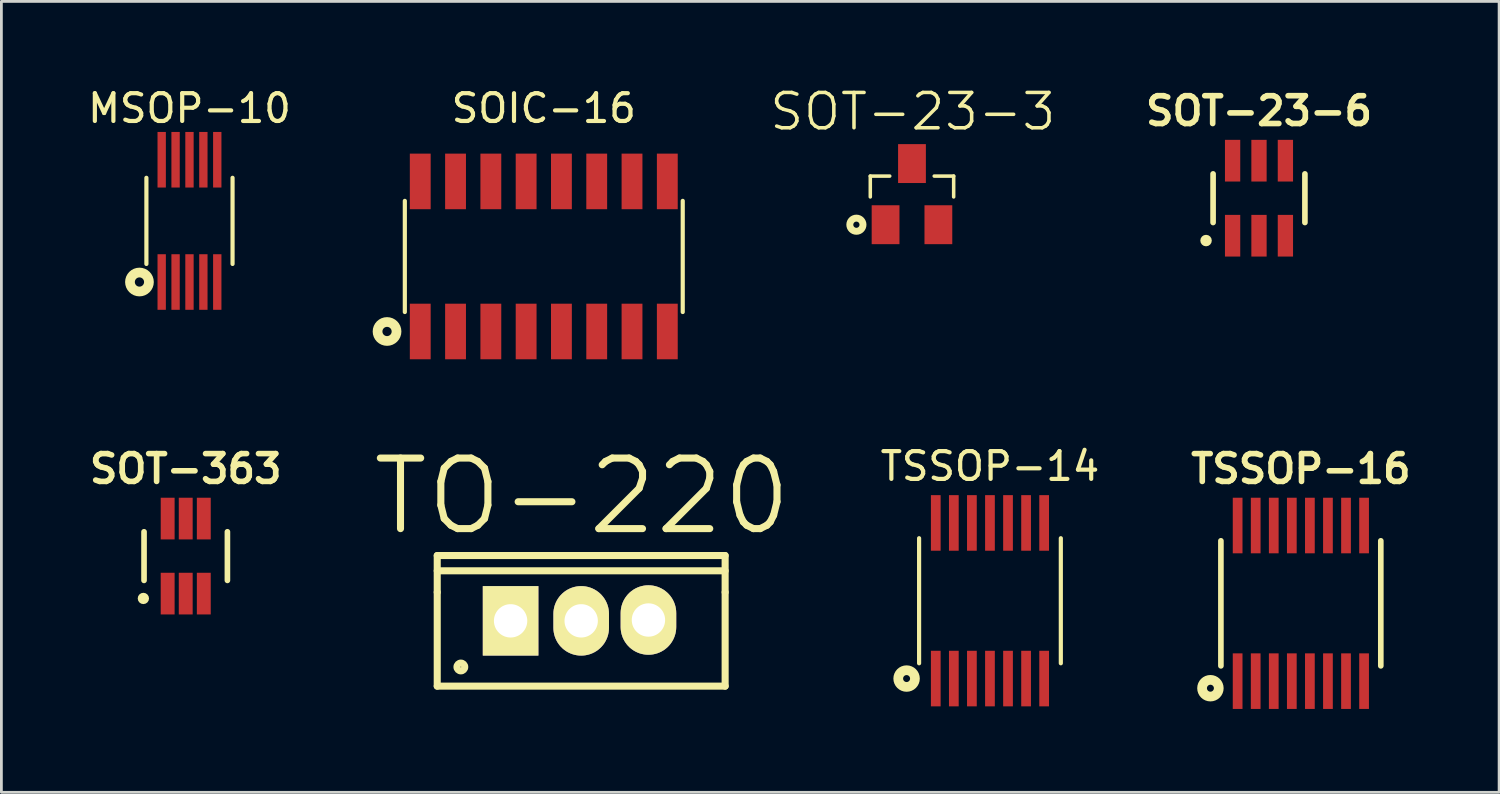
<source format=kicad_pcb>
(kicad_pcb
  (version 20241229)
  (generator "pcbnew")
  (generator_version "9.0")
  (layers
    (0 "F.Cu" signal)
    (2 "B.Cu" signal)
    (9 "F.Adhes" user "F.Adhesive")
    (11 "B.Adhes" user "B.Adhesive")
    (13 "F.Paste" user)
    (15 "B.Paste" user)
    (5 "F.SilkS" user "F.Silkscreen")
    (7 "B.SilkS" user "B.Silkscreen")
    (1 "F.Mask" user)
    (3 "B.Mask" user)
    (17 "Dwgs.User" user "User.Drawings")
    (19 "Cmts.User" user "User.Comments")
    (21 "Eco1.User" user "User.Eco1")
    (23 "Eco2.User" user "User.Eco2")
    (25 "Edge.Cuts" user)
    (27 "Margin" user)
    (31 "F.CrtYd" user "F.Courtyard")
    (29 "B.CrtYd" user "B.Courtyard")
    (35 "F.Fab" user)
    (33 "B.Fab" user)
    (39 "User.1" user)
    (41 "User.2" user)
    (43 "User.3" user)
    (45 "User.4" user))
  (footprint "SOT-363"
    (layer "F.Cu")
    (at 3.633 16.96)
    (property "Reference" "SOT-363" (at 0 -3.14 0) (layer "F.SilkS") (effects (font (size 1 1) (thickness 0.203))))
    (attr through_hole)
    (fp_line (start -1.5 -0.875) (end -1.5 0.875) (stroke (width 0.203) (type solid)) (layer "F.SilkS"))
    (fp_line (start 1.5 -0.875) (end 1.5 0.875) (stroke (width 0.203) (type solid)) (layer "F.SilkS"))
    (fp_circle (center -1.524 1.524) (end -1.422 1.524) (stroke (width 0.203) (type solid)) (fill no) (layer "F.SilkS"))
    (pad "1" smd rect (at -0.65 1.35) (size 0.5 1.5) (layers "F.Cu" "F.Mask" "F.Paste"))
    (pad "2" smd rect (at 0 1.35) (size 0.5 1.5) (layers "F.Cu" "F.Mask" "F.Paste"))
    (pad "3" smd rect (at 0.65 1.35) (size 0.5 1.5) (layers "F.Cu" "F.Mask" "F.Paste"))
    (pad "4" smd rect (at 0.65 -1.35) (size 0.5 1.5) (layers "F.Cu" "F.Mask" "F.Paste"))
    (pad "5" smd rect (at 0 -1.35) (size 0.5 1.5) (layers "F.Cu" "F.Mask" "F.Paste"))
    (pad "6" smd rect (at -0.65 -1.35) (size 0.5 1.5) (layers "F.Cu" "F.Mask" "F.Paste")))
  (footprint "SOT-23-3"
    (layer "F.Cu")
    (at 29.766 3.936)
    (property "Reference" "SOT-23-3" (at 0.03 -2.97 0) (layer "F.SilkS") (effects (font (size 1.27 1.27) (thickness 0.127))))
    (attr through_hole)
    (fp_line (start -1.5 -0.65) (end -1.5 0.1) (stroke (width 0.127) (type solid)) (layer "F.SilkS"))
    (fp_line (start -0.8 -0.65) (end -1.5 -0.65) (stroke (width 0.127) (type solid)) (layer "F.SilkS"))
    (fp_line (start 0.8 -0.65) (end 1.5 -0.65) (stroke (width 0.127) (type solid)) (layer "F.SilkS"))
    (fp_line (start 1.5 -0.65) (end 1.5 0.1) (stroke (width 0.127) (type solid)) (layer "F.SilkS"))
    (fp_circle (center -2 1.1) (end -1.9 1.15) (stroke (width 0.25) (type solid)) (fill no) (layer "F.SilkS"))
    (pad "1" smd rect (at -0.95 1.1) (size 1 1.4) (layers "F.Cu" "F.Mask" "F.Paste"))
    (pad "2" smd rect (at 0.95 1.1) (size 1 1.4) (layers "F.Cu" "F.Mask" "F.Paste"))
    (pad "3" smd rect (at 0 -1.1) (size 1 1.4) (layers "F.Cu" "F.Mask" "F.Paste")))
  (footprint "TSSOP-14"
    (layer "F.Cu")
    (at 32.572 18.567)
    (property "Reference" "TSSOP-14" (at 0 -4.84 0) (layer "F.SilkS") (effects (font (size 1 1) (thickness 0.15))))
    (attr through_hole)
    (fp_line (start -2.55 2.25) (end -2.55 -2.25) (stroke (width 0.15) (type solid)) (layer "F.SilkS"))
    (fp_line (start 2.55 2.25) (end 2.55 -2.25) (stroke (width 0.15) (type solid)) (layer "F.SilkS"))
    (fp_circle (center -3 2.8) (end -2.94 2.91) (stroke (width 0.35) (type solid)) (fill no) (layer "F.SilkS"))
    (pad "1" smd rect (at -1.95 2.8) (size 0.35 2) (layers "F.Cu" "F.Mask" "F.Paste"))
    (pad "2" smd rect (at -1.3 2.8) (size 0.35 2) (layers "F.Cu" "F.Mask" "F.Paste"))
    (pad "3" smd rect (at -0.65 2.8) (size 0.35 2) (layers "F.Cu" "F.Mask" "F.Paste"))
    (pad "4" smd rect (at 0 2.8) (size 0.35 2) (layers "F.Cu" "F.Mask" "F.Paste"))
    (pad "5" smd rect (at 0.65 2.8) (size 0.35 2) (layers "F.Cu" "F.Mask" "F.Paste"))
    (pad "6" smd rect (at 1.3 2.8) (size 0.35 2) (layers "F.Cu" "F.Mask" "F.Paste"))
    (pad "7" smd rect (at 1.95 2.8) (size 0.35 2) (layers "F.Cu" "F.Mask" "F.Paste"))
    (pad "8" smd rect (at 1.95 -2.8) (size 0.35 2) (layers "F.Cu" "F.Mask" "F.Paste"))
    (pad "9" smd rect (at 1.3 -2.8) (size 0.35 2) (layers "F.Cu" "F.Mask" "F.Paste"))
    (pad "10" smd rect (at 0.65 -2.8) (size 0.35 2) (layers "F.Cu" "F.Mask" "F.Paste"))
    (pad "11" smd rect (at 0 -2.8) (size 0.35 2) (layers "F.Cu" "F.Mask" "F.Paste"))
    (pad "12" smd rect (at -0.65 -2.8) (size 0.35 2) (layers "F.Cu" "F.Mask" "F.Paste"))
    (pad "13" smd rect (at -1.3 -2.8) (size 0.35 2) (layers "F.Cu" "F.Mask" "F.Paste"))
    (pad "14" smd rect (at -1.95 -2.8) (size 0.35 2) (layers "F.Cu" "F.Mask" "F.Paste")))
  (footprint "TO-220"
    (layer "F.Cu")
    (at 17.863 19.29)
    (property "Reference" "TO-220" (at 0.03 -4.48 0) (layer "F.SilkS") (effects (font (size 2.54 2.54) (thickness 0.254))))
    (attr through_hole)
    (fp_line (start -5.18 -2.35) (end 5.18 -2.35) (stroke (width 0.254) (type solid)) (layer "F.SilkS"))
    (fp_line (start -5.18 -1.03) (end -5.18 -2.35) (stroke (width 0.254) (type solid)) (layer "F.SilkS"))
    (fp_line (start -5.18 2.35) (end -5.18 -1.03) (stroke (width 0.254) (type solid)) (layer "F.SilkS"))
    (fp_line (start -5.18 2.35) (end 5.18 2.35) (stroke (width 0.254) (type solid)) (layer "F.SilkS"))
    (fp_line (start 5.18 -2.35) (end 5.18 -1.03) (stroke (width 0.254) (type solid)) (layer "F.SilkS"))
    (fp_line (start 5.18 -1.8) (end -5.18 -1.8) (stroke (width 0.254) (type solid)) (layer "F.SilkS"))
    (fp_line (start 5.18 2.35) (end 5.18 -1.03) (stroke (width 0.254) (type solid)) (layer "F.SilkS"))
    (fp_circle (center -4.33 1.66) (end -4.19 1.66) (stroke (width 0.254) (type solid)) (fill no) (layer "F.SilkS"))
    (pad "1" thru_hole rect (at -2.54 0) (size 2 2.5) (drill 1.2) (layers "*.Cu" "*.Mask" "F.SilkS"))
    (pad "2" thru_hole oval (at 0 0) (size 2 2.5) (drill 1.2) (layers "*.Cu" "*.Mask" "F.SilkS"))
    (pad "3" thru_hole oval (at 2.42 -0.03) (size 2 2.5) (drill 1.2) (layers "*.Cu" "*.Mask" "F.SilkS")))
  (footprint "TSSOP-16"
    (layer "F.Cu")
    (at 43.759 18.66)
    (property "Reference" "TSSOP-16" (at 0 -4.84 0) (layer "F.SilkS") (effects (font (size 1 1) (thickness 0.203))))
    (attr through_hole)
    (fp_line (start -2.877 2.25) (end -2.877 -2.25) (stroke (width 0.203) (type solid)) (layer "F.SilkS"))
    (fp_line (start 2.877 2.25) (end 2.877 -2.25) (stroke (width 0.203) (type solid)) (layer "F.SilkS"))
    (fp_circle (center -3.254 3.054) (end -3.194 3.164) (stroke (width 0.35) (type solid)) (fill no) (layer "F.SilkS"))
    (pad "1" smd rect (at -2.275 2.8) (size 0.35 2) (layers "F.Cu" "F.Mask" "F.Paste"))
    (pad "2" smd rect (at -1.625 2.8) (size 0.35 2) (layers "F.Cu" "F.Mask" "F.Paste"))
    (pad "3" smd rect (at -0.975 2.8) (size 0.35 2) (layers "F.Cu" "F.Mask" "F.Paste"))
    (pad "4" smd rect (at -0.325 2.8) (size 0.35 2) (layers "F.Cu" "F.Mask" "F.Paste"))
    (pad "5" smd rect (at 0.325 2.8) (size 0.35 2) (layers "F.Cu" "F.Mask" "F.Paste"))
    (pad "6" smd rect (at 0.975 2.8) (size 0.35 2) (layers "F.Cu" "F.Mask" "F.Paste"))
    (pad "7" smd rect (at 1.625 2.8) (size 0.35 2) (layers "F.Cu" "F.Mask" "F.Paste"))
    (pad "8" smd rect (at 2.275 2.8) (size 0.35 2) (layers "F.Cu" "F.Mask" "F.Paste"))
    (pad "9" smd rect (at 2.275 -2.8) (size 0.35 2) (layers "F.Cu" "F.Mask" "F.Paste"))
    (pad "10" smd rect (at 1.625 -2.8) (size 0.35 2) (layers "F.Cu" "F.Mask" "F.Paste"))
    (pad "11" smd rect (at 0.975 -2.8) (size 0.35 2) (layers "F.Cu" "F.Mask" "F.Paste"))
    (pad "12" smd rect (at 0.325 -2.8) (size 0.35 2) (layers "F.Cu" "F.Mask" "F.Paste"))
    (pad "13" smd rect (at -0.325 -2.8) (size 0.35 2) (layers "F.Cu" "F.Mask" "F.Paste"))
    (pad "14" smd rect (at -0.975 -2.8) (size 0.35 2) (layers "F.Cu" "F.Mask" "F.Paste"))
    (pad "15" smd rect (at -1.625 -2.8) (size 0.35 2) (layers "F.Cu" "F.Mask" "F.Paste"))
    (pad "16" smd rect (at -2.275 -2.8) (size 0.35 2) (layers "F.Cu" "F.Mask" "F.Paste")))
  (footprint "MSOP-10"
    (layer "F.Cu")
    (at 3.768 4.898)
    (property "Reference" "MSOP-10" (at 0 -4.05 0) (layer "F.SilkS") (effects (font (size 1 1) (thickness 0.15))))
    (attr through_hole)
    (fp_line (start -1.55 1.55) (end -1.55 -1.55) (stroke (width 0.15) (type solid)) (layer "F.SilkS"))
    (fp_line (start 1.55 1.55) (end 1.55 -1.55) (stroke (width 0.15) (type solid)) (layer "F.SilkS"))
    (fp_circle (center -1.8 2.2) (end -1.66 2.29) (stroke (width 0.35) (type solid)) (fill no) (layer "F.SilkS"))
    (pad "1" smd rect (at -1 2.2) (size 0.3 2) (layers "F.Cu" "F.Mask" "F.Paste"))
    (pad "2" smd rect (at -0.5 2.2) (size 0.3 2) (layers "F.Cu" "F.Mask" "F.Paste"))
    (pad "3" smd rect (at 0 2.2) (size 0.3 2) (layers "F.Cu" "F.Mask" "F.Paste"))
    (pad "4" smd rect (at 0.5 2.2) (size 0.3 2) (layers "F.Cu" "F.Mask" "F.Paste"))
    (pad "5" smd rect (at 1 2.2) (size 0.3 2) (layers "F.Cu" "F.Mask" "F.Paste"))
    (pad "6" smd rect (at 0 -2.2) (size 0.3 2) (layers "F.Cu" "F.Mask" "F.Paste"))
    (pad "7" smd rect (at 0.5 -2.2) (size 0.3 2) (layers "F.Cu" "F.Mask" "F.Paste"))
    (pad "8" smd rect (at 1 -2.2) (size 0.3 2) (layers "F.Cu" "F.Mask" "F.Paste"))
    (pad "9" smd rect (at -0.5 -2.2) (size 0.3 2) (layers "F.Cu" "F.Mask" "F.Paste"))
    (pad "10" smd rect (at -1 -2.2) (size 0.3 2) (layers "F.Cu" "F.Mask" "F.Paste")))
  (footprint "SOIC-16"
    (layer "F.Cu")
    (at 16.517 6.178)
    (property "Reference" "SOIC-16" (at 0 -5.33 0) (layer "F.SilkS") (effects (font (size 1 1) (thickness 0.15))))
    (attr through_hole)
    (fp_line (start -5 2) (end -5 -2) (stroke (width 0.15) (type solid)) (layer "F.SilkS"))
    (fp_line (start 5 2) (end 5 -2) (stroke (width 0.15) (type solid)) (layer "F.SilkS"))
    (fp_circle (center -5.64 2.7) (end -5.5 2.79) (stroke (width 0.35) (type solid)) (fill no) (layer "F.SilkS"))
    (pad "1" smd rect (at -4.445 2.7) (size 0.75 2) (layers "F.Cu" "F.Mask" "F.Paste"))
    (pad "2" smd rect (at -3.175 2.7) (size 0.75 2) (layers "F.Cu" "F.Mask" "F.Paste"))
    (pad "3" smd rect (at -1.905 2.7) (size 0.75 2) (layers "F.Cu" "F.Mask" "F.Paste"))
    (pad "4" smd rect (at -0.635 2.7) (size 0.75 2) (layers "F.Cu" "F.Mask" "F.Paste"))
    (pad "5" smd rect (at 0.635 2.7) (size 0.75 2) (layers "F.Cu" "F.Mask" "F.Paste"))
    (pad "6" smd rect (at 1.905 2.7) (size 0.75 2) (layers "F.Cu" "F.Mask" "F.Paste"))
    (pad "7" smd rect (at 3.175 2.7) (size 0.75 2) (layers "F.Cu" "F.Mask" "F.Paste"))
    (pad "8" smd rect (at 4.445 2.7) (size 0.75 2) (layers "F.Cu" "F.Mask" "F.Paste"))
    (pad "9" smd rect (at 4.445 -2.7) (size 0.75 2) (layers "F.Cu" "F.Mask" "F.Paste"))
    (pad "10" smd rect (at 3.175 -2.7) (size 0.75 2) (layers "F.Cu" "F.Mask" "F.Paste"))
    (pad "11" smd rect (at 1.905 -2.7) (size 0.75 2) (layers "F.Cu" "F.Mask" "F.Paste"))
    (pad "12" smd rect (at 0.635 -2.7) (size 0.75 2) (layers "F.Cu" "F.Mask" "F.Paste"))
    (pad "13" smd rect (at -0.635 -2.7) (size 0.75 2) (layers "F.Cu" "F.Mask" "F.Paste"))
    (pad "14" smd rect (at -1.905 -2.7) (size 0.75 2) (layers "F.Cu" "F.Mask" "F.Paste"))
    (pad "15" smd rect (at -3.175 -2.7) (size 0.75 2) (layers "F.Cu" "F.Mask" "F.Paste"))
    (pad "16" smd rect (at -4.445 -2.7) (size 0.75 2) (layers "F.Cu" "F.Mask" "F.Paste")))
  (footprint "SOT-23-6"
    (layer "F.Cu")
    (at 42.253 4.082)
    (property "Reference" "SOT-23-6" (at 0 -3.14 0) (layer "F.SilkS") (effects (font (size 1 1) (thickness 0.203))))
    (attr through_hole)
    (fp_line (start -1.652 -0.875) (end -1.652 0.875) (stroke (width 0.203) (type solid)) (layer "F.SilkS"))
    (fp_line (start 1.652 -0.875) (end 1.652 0.875) (stroke (width 0.203) (type solid)) (layer "F.SilkS"))
    (fp_circle (center -1.905 1.524) (end -1.803 1.499) (stroke (width 0.203) (type solid)) (fill no) (layer "F.SilkS"))
    (pad "1" smd rect (at -0.95 1.35) (size 0.55 1.5) (layers "F.Cu" "F.Mask" "F.Paste"))
    (pad "2" smd rect (at 0 1.35) (size 0.55 1.5) (layers "F.Cu" "F.Mask" "F.Paste"))
    (pad "3" smd rect (at 0.95 1.35) (size 0.55 1.5) (layers "F.Cu" "F.Mask" "F.Paste"))
    (pad "4" smd rect (at 0.95 -1.35) (size 0.55 1.5) (layers "F.Cu" "F.Mask" "F.Paste"))
    (pad "5" smd rect (at 0 -1.35) (size 0.55 1.5) (layers "F.Cu" "F.Mask" "F.Paste"))
    (pad "6" smd rect (at -0.95 -1.35) (size 0.55 1.5) (layers "F.Cu" "F.Mask" "F.Paste")))
  (gr_rect
    (start -3 -3)
    (end 50.893 25.46)
    (stroke (width 0.1) (type default))
    (fill no)
    (layer "Edge.Cuts")))
</source>
